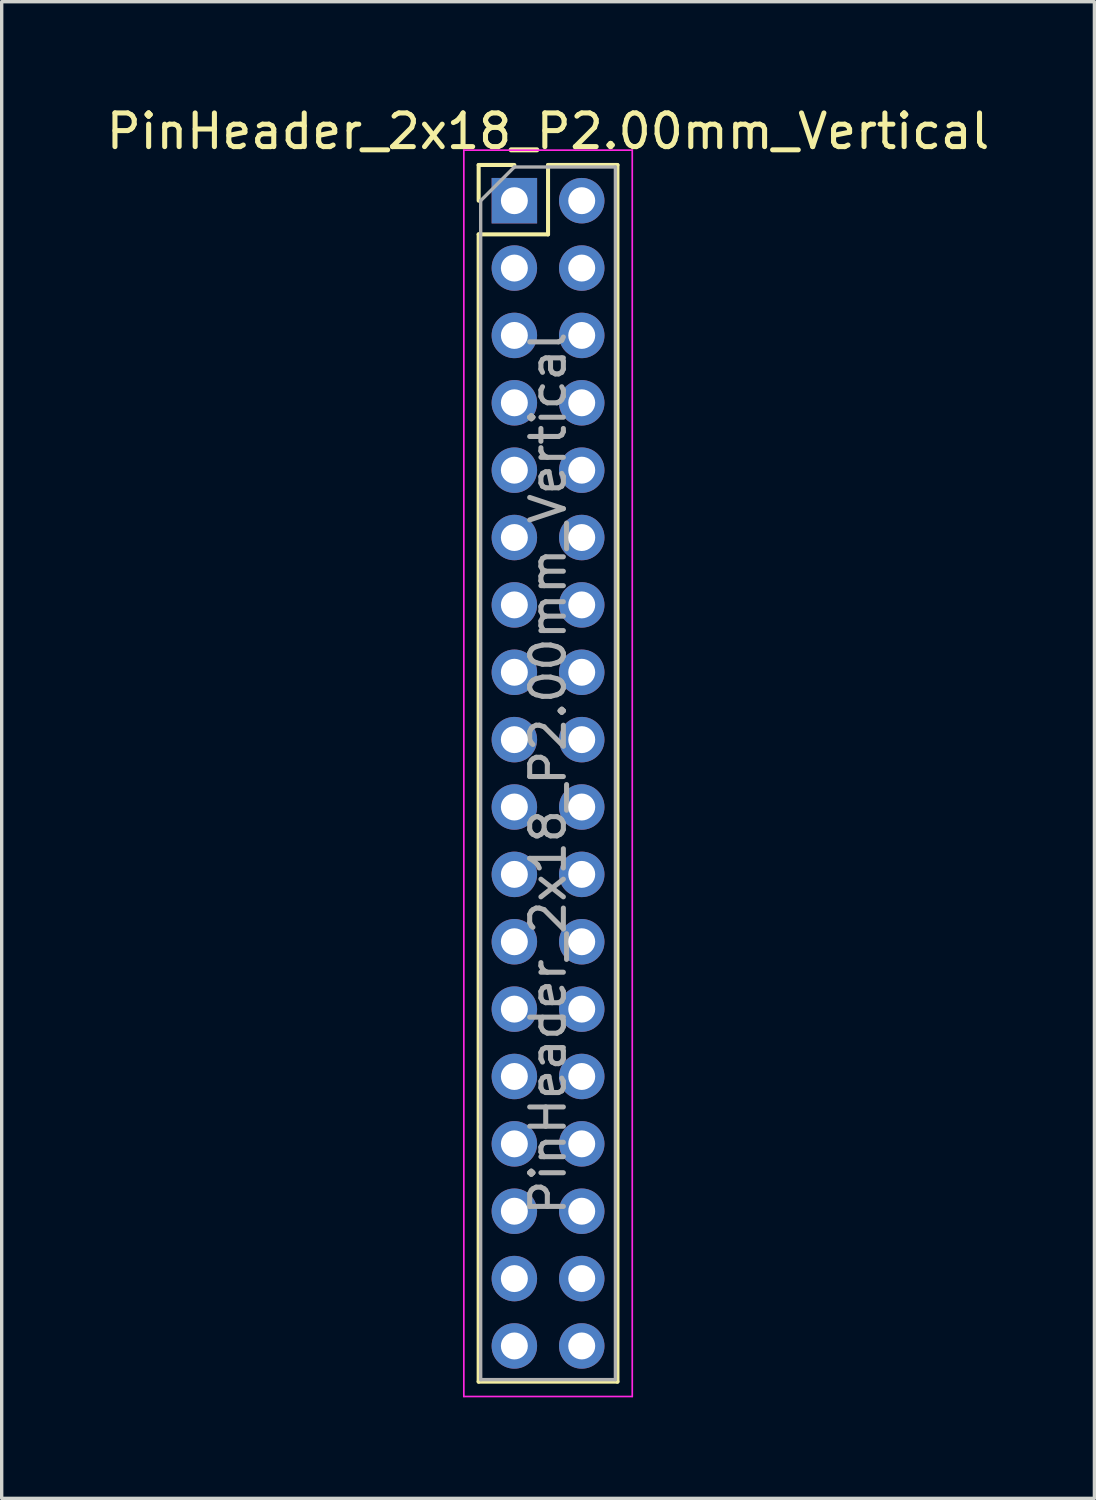
<source format=kicad_pcb>
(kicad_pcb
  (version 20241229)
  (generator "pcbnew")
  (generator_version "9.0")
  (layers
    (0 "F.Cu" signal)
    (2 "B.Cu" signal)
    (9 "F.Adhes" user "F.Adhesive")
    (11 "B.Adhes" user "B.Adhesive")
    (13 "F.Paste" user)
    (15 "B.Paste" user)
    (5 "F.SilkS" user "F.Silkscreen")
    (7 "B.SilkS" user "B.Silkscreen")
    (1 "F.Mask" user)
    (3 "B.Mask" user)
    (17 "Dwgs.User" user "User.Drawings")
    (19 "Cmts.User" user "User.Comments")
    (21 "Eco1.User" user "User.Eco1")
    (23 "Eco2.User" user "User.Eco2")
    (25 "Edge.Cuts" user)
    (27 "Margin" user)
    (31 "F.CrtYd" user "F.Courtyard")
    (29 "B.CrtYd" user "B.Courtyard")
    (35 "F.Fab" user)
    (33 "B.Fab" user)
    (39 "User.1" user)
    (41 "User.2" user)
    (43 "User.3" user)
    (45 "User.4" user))
  (footprint "PinHeader_2x18_P2.00mm_Vertical"
    (layer "F.Cu")
    (at 12.22 2.908)
    (property "Reference" "PinHeader_2x18_P2.00mm_Vertical" (at 1 -2.06 0) (layer "F.SilkS") (effects (font (size 1 1) (thickness 0.15))))
    (attr through_hole)
    (fp_line (start -1.06 -1.06) (end 0 -1.06) (stroke (width 0.12) (type solid)) (layer "F.SilkS"))
    (fp_line (start -1.06 0) (end -1.06 -1.06) (stroke (width 0.12) (type solid)) (layer "F.SilkS"))
    (fp_line (start -1.06 1) (end -1.06 35.06) (stroke (width 0.12) (type solid)) (layer "F.SilkS"))
    (fp_line (start -1.06 1) (end 1 1) (stroke (width 0.12) (type solid)) (layer "F.SilkS"))
    (fp_line (start -1.06 35.06) (end 3.06 35.06) (stroke (width 0.12) (type solid)) (layer "F.SilkS"))
    (fp_line (start 1 -1.06) (end 3.06 -1.06) (stroke (width 0.12) (type solid)) (layer "F.SilkS"))
    (fp_line (start 1 1) (end 1 -1.06) (stroke (width 0.12) (type solid)) (layer "F.SilkS"))
    (fp_line (start 3.06 -1.06) (end 3.06 35.06) (stroke (width 0.12) (type solid)) (layer "F.SilkS"))
    (fp_line (start -1.5 -1.5) (end -1.5 35.5) (stroke (width 0.05) (type solid)) (layer "F.CrtYd"))
    (fp_line (start -1.5 35.5) (end 3.5 35.5) (stroke (width 0.05) (type solid)) (layer "F.CrtYd"))
    (fp_line (start 3.5 -1.5) (end -1.5 -1.5) (stroke (width 0.05) (type solid)) (layer "F.CrtYd"))
    (fp_line (start 3.5 35.5) (end 3.5 -1.5) (stroke (width 0.05) (type solid)) (layer "F.CrtYd"))
    (fp_line (start -1 0) (end 0 -1) (stroke (width 0.1) (type solid)) (layer "F.Fab"))
    (fp_line (start -1 35) (end -1 0) (stroke (width 0.1) (type solid)) (layer "F.Fab"))
    (fp_line (start 0 -1) (end 3 -1) (stroke (width 0.1) (type solid)) (layer "F.Fab"))
    (fp_line (start 3 -1) (end 3 35) (stroke (width 0.1) (type solid)) (layer "F.Fab"))
    (fp_line (start 3 35) (end -1 35) (stroke (width 0.1) (type solid)) (layer "F.Fab"))
    (fp_text user "${REFERENCE}" (at 1 17 90) (layer "F.Fab") (effects (font (size 1 1) (thickness 0.15))))
    (pad "1" thru_hole rect (at 0 0) (size 1.35 1.35) (drill 0.8) (layers "*.Cu" "*.Mask"))
    (pad "2" thru_hole oval (at 2 0) (size 1.35 1.35) (drill 0.8) (layers "*.Cu" "*.Mask"))
    (pad "3" thru_hole oval (at 0 2) (size 1.35 1.35) (drill 0.8) (layers "*.Cu" "*.Mask"))
    (pad "4" thru_hole oval (at 2 2) (size 1.35 1.35) (drill 0.8) (layers "*.Cu" "*.Mask"))
    (pad "5" thru_hole oval (at 0 4) (size 1.35 1.35) (drill 0.8) (layers "*.Cu" "*.Mask"))
    (pad "6" thru_hole oval (at 2 4) (size 1.35 1.35) (drill 0.8) (layers "*.Cu" "*.Mask"))
    (pad "7" thru_hole oval (at 0 6) (size 1.35 1.35) (drill 0.8) (layers "*.Cu" "*.Mask"))
    (pad "8" thru_hole oval (at 2 6) (size 1.35 1.35) (drill 0.8) (layers "*.Cu" "*.Mask"))
    (pad "9" thru_hole oval (at 0 8) (size 1.35 1.35) (drill 0.8) (layers "*.Cu" "*.Mask"))
    (pad "10" thru_hole oval (at 2 8) (size 1.35 1.35) (drill 0.8) (layers "*.Cu" "*.Mask"))
    (pad "11" thru_hole oval (at 0 10) (size 1.35 1.35) (drill 0.8) (layers "*.Cu" "*.Mask"))
    (pad "12" thru_hole oval (at 2 10) (size 1.35 1.35) (drill 0.8) (layers "*.Cu" "*.Mask"))
    (pad "13" thru_hole oval (at 0 12) (size 1.35 1.35) (drill 0.8) (layers "*.Cu" "*.Mask"))
    (pad "14" thru_hole oval (at 2 12) (size 1.35 1.35) (drill 0.8) (layers "*.Cu" "*.Mask"))
    (pad "15" thru_hole oval (at 0 14) (size 1.35 1.35) (drill 0.8) (layers "*.Cu" "*.Mask"))
    (pad "16" thru_hole oval (at 2 14) (size 1.35 1.35) (drill 0.8) (layers "*.Cu" "*.Mask"))
    (pad "17" thru_hole oval (at 0 16) (size 1.35 1.35) (drill 0.8) (layers "*.Cu" "*.Mask"))
    (pad "18" thru_hole oval (at 2 16) (size 1.35 1.35) (drill 0.8) (layers "*.Cu" "*.Mask"))
    (pad "19" thru_hole oval (at 0 18) (size 1.35 1.35) (drill 0.8) (layers "*.Cu" "*.Mask"))
    (pad "20" thru_hole oval (at 2 18) (size 1.35 1.35) (drill 0.8) (layers "*.Cu" "*.Mask"))
    (pad "21" thru_hole oval (at 0 20) (size 1.35 1.35) (drill 0.8) (layers "*.Cu" "*.Mask"))
    (pad "22" thru_hole oval (at 2 20) (size 1.35 1.35) (drill 0.8) (layers "*.Cu" "*.Mask"))
    (pad "23" thru_hole oval (at 0 22) (size 1.35 1.35) (drill 0.8) (layers "*.Cu" "*.Mask"))
    (pad "24" thru_hole oval (at 2 22) (size 1.35 1.35) (drill 0.8) (layers "*.Cu" "*.Mask"))
    (pad "25" thru_hole oval (at 0 24) (size 1.35 1.35) (drill 0.8) (layers "*.Cu" "*.Mask"))
    (pad "26" thru_hole oval (at 2 24) (size 1.35 1.35) (drill 0.8) (layers "*.Cu" "*.Mask"))
    (pad "27" thru_hole oval (at 0 26) (size 1.35 1.35) (drill 0.8) (layers "*.Cu" "*.Mask"))
    (pad "28" thru_hole oval (at 2 26) (size 1.35 1.35) (drill 0.8) (layers "*.Cu" "*.Mask"))
    (pad "29" thru_hole oval (at 0 28) (size 1.35 1.35) (drill 0.8) (layers "*.Cu" "*.Mask"))
    (pad "30" thru_hole oval (at 2 28) (size 1.35 1.35) (drill 0.8) (layers "*.Cu" "*.Mask"))
    (pad "31" thru_hole oval (at 0 30) (size 1.35 1.35) (drill 0.8) (layers "*.Cu" "*.Mask"))
    (pad "32" thru_hole oval (at 2 30) (size 1.35 1.35) (drill 0.8) (layers "*.Cu" "*.Mask"))
    (pad "33" thru_hole oval (at 0 32) (size 1.35 1.35) (drill 0.8) (layers "*.Cu" "*.Mask"))
    (pad "34" thru_hole oval (at 2 32) (size 1.35 1.35) (drill 0.8) (layers "*.Cu" "*.Mask"))
    (pad "35" thru_hole oval (at 0 34) (size 1.35 1.35) (drill 0.8) (layers "*.Cu" "*.Mask"))
    (pad "36" thru_hole oval (at 2 34) (size 1.35 1.35) (drill 0.8) (layers "*.Cu" "*.Mask")))
  (gr_rect
    (start -3 -3)
    (end 29.44 41.433)
    (stroke (width 0.1) (type default))
    (fill no)
    (layer "Edge.Cuts")))
</source>
